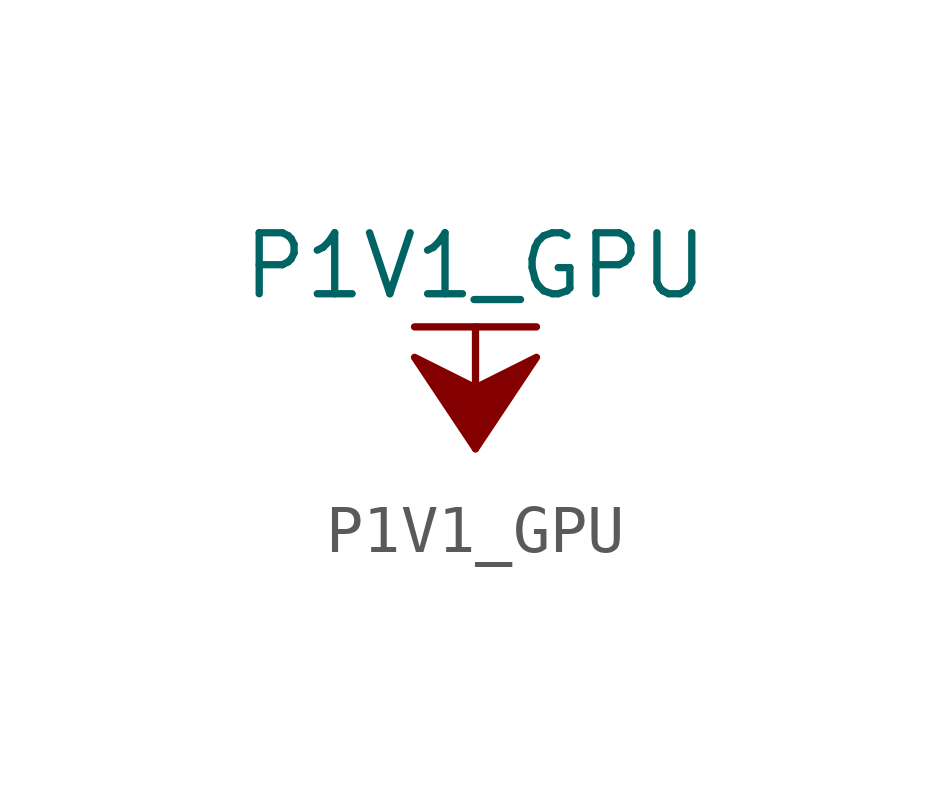
<source format=kicad_sym>
(kicad_symbol_lib
  (version 20211014)
  (generator kicad_symbol_editor)
  (symbol "P1V1_GPU"
    (power)
    (pin_names
      (offset 0))
    (property "Reference" "#PWR"
      (at 0 -3.81 0)
      (effects (font (size 1.27 1.27)) hide))
    (property "Value" "P1V1_GPU"
      (at 0 3.81 0)
      (effects (font (size 1.27 1.27))))
    (symbol "P1V1_GPU_0_1"
      (polyline (pts (xy -1.27 2.54) (xy 1.27 2.54)) (stroke (width 0.152) (type default) (color 0 0 0 0)) (fill (type none)))
      (polyline (pts (xy 0 0) (xy 0 2.54)) (stroke (width 0.152) (type default) (color 0 0 0 0)) (fill (type none)))
      (polyline (pts (xy 0 0) (xy 1.27 1.905) (xy 0 1.27) (xy -1.27 1.905) (xy 0 0)) (stroke (width 0.152) (type default) (color 0 0 0 0)) (fill (type outline))))
    (symbol "P1V1_GPU_1_1"
      (pin power_in line (at 0 0 90) (length 0) hide (name "P1V1_GPU" (effects (font (size 1.27 1.27)))) (number "1" (effects (font (size 1.27 1.27))))))))
</source>
